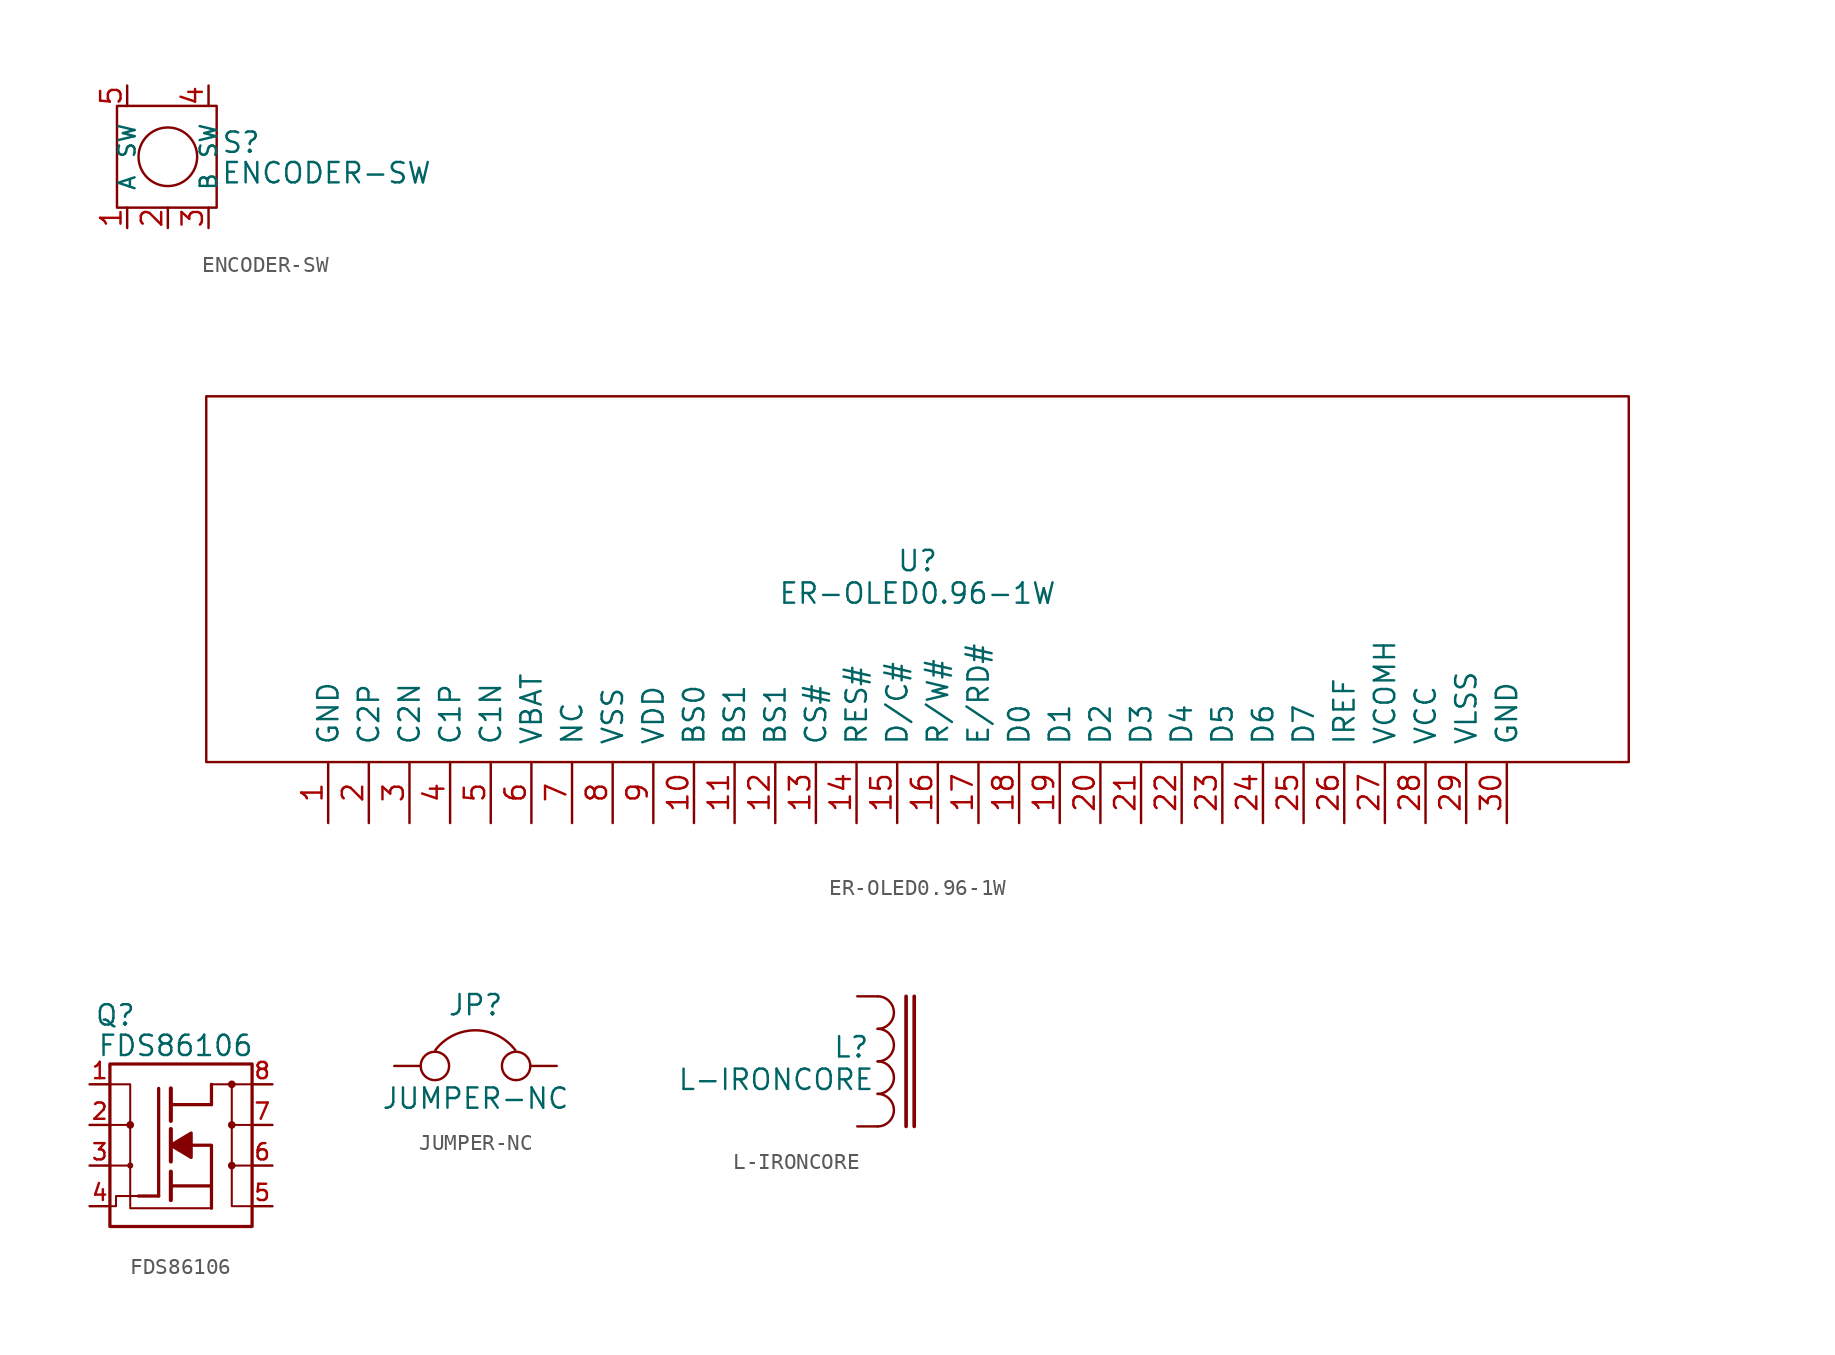
<source format=kicad_sym>
(kicad_symbol_lib
  (version 20220914)
  (generator kicad_symbol_editor)
  (symbol "ENCODER-SW"
    (pin_names
      (offset 1.016))
    (property "Reference" "S"
      (at 4.572 0.889 0)
      (effects (font (size 1.27 1.27))))
    (property "Value" "ENCODER-SW"
      (at 9.906 -1.016 0)
      (effects (font (size 1.27 1.27))))
    (property "Footprint" ""
      (at 0 0 0)
      (effects (font (size 1.524 1.524))))
    (property "Datasheet" ""
      (at 0 0 0)
      (effects (font (size 1.524 1.524))))
    (symbol "ENCODER-SW_0_1"
      (rectangle (start -3.175 3.175) (end 3.048 -3.175) (stroke (width 0) (type solid)) (fill (type none)))
      (circle (center 0 0) (radius 1.829) (stroke (width 0) (type solid)) (fill (type none))))
    (symbol "ENCODER-SW_1_1"
      (pin passive line (at -2.54 -4.445 90) (length 1.27) (name "A" (effects (font (size 1.016 1.016)))) (number "1" (effects (font (size 1.27 1.27)))))
      (pin passive line (at 0 -4.445 90) (length 1.27) (name "~" (effects (font (size 1.016 1.016)))) (number "2" (effects (font (size 1.27 1.27)))))
      (pin passive line (at 2.54 -4.445 90) (length 1.27) (name "B" (effects (font (size 1.016 1.016)))) (number "3" (effects (font (size 1.27 1.27)))))
      (pin passive line (at 2.54 4.445 270) (length 1.27) (name "SW" (effects (font (size 1.016 1.016)))) (number "4" (effects (font (size 1.27 1.27)))))
      (pin passive line (at -2.54 4.445 270) (length 1.27) (name "SW" (effects (font (size 1.016 1.016)))) (number "5" (effects (font (size 1.27 1.27)))))))
  (symbol "ER-OLED0.96-1W"
    (pin_names
      (offset 1.016))
    (property "Reference" "U"
      (at 0 1.143 0)
      (effects (font (size 1.27 1.27))))
    (property "Value" "ER-OLED0.96-1W"
      (at 0 -0.889 0)
      (effects (font (size 1.27 1.27))))
    (symbol "ER-OLED0.96-1W_1_0"
      (rectangle (start -44.45 -11.43) (end 44.45 11.43) (stroke (width 0) (type solid)) (fill (type none))))
    (symbol "ER-OLED0.96-1W_1_1"
      (pin passive line (at -36.83 -15.24 90) (length 3.81) (name "GND" (effects (font (size 1.27 1.27)))) (number "1" (effects (font (size 1.27 1.27)))))
      (pin passive line (at -13.97 -15.24 90) (length 3.81) (name "BS0" (effects (font (size 1.27 1.27)))) (number "10" (effects (font (size 1.27 1.27)))))
      (pin passive line (at -11.43 -15.24 90) (length 3.81) (name "BS1" (effects (font (size 1.27 1.27)))) (number "11" (effects (font (size 1.27 1.27)))))
      (pin passive line (at -8.89 -15.24 90) (length 3.81) (name "BS1" (effects (font (size 1.27 1.27)))) (number "12" (effects (font (size 1.27 1.27)))))
      (pin passive line (at -6.35 -15.24 90) (length 3.81) (name "CS#" (effects (font (size 1.27 1.27)))) (number "13" (effects (font (size 1.27 1.27)))))
      (pin passive line (at -3.81 -15.24 90) (length 3.81) (name "RES#" (effects (font (size 1.27 1.27)))) (number "14" (effects (font (size 1.27 1.27)))))
      (pin passive line (at -1.27 -15.24 90) (length 3.81) (name "D/C#" (effects (font (size 1.27 1.27)))) (number "15" (effects (font (size 1.27 1.27)))))
      (pin passive line (at 1.27 -15.24 90) (length 3.81) (name "R/W#" (effects (font (size 1.27 1.27)))) (number "16" (effects (font (size 1.27 1.27)))))
      (pin passive line (at 3.81 -15.24 90) (length 3.81) (name "E/RD#" (effects (font (size 1.27 1.27)))) (number "17" (effects (font (size 1.27 1.27)))))
      (pin passive line (at 6.35 -15.24 90) (length 3.81) (name "D0" (effects (font (size 1.27 1.27)))) (number "18" (effects (font (size 1.27 1.27)))))
      (pin passive line (at 8.89 -15.24 90) (length 3.81) (name "D1" (effects (font (size 1.27 1.27)))) (number "19" (effects (font (size 1.27 1.27)))))
      (pin passive line (at -34.29 -15.24 90) (length 3.81) (name "C2P" (effects (font (size 1.27 1.27)))) (number "2" (effects (font (size 1.27 1.27)))))
      (pin passive line (at 11.43 -15.24 90) (length 3.81) (name "D2" (effects (font (size 1.27 1.27)))) (number "20" (effects (font (size 1.27 1.27)))))
      (pin passive line (at 13.97 -15.24 90) (length 3.81) (name "D3" (effects (font (size 1.27 1.27)))) (number "21" (effects (font (size 1.27 1.27)))))
      (pin passive line (at 16.51 -15.24 90) (length 3.81) (name "D4" (effects (font (size 1.27 1.27)))) (number "22" (effects (font (size 1.27 1.27)))))
      (pin passive line (at 19.05 -15.24 90) (length 3.81) (name "D5" (effects (font (size 1.27 1.27)))) (number "23" (effects (font (size 1.27 1.27)))))
      (pin passive line (at 21.59 -15.24 90) (length 3.81) (name "D6" (effects (font (size 1.27 1.27)))) (number "24" (effects (font (size 1.27 1.27)))))
      (pin passive line (at 24.13 -15.24 90) (length 3.81) (name "D7" (effects (font (size 1.27 1.27)))) (number "25" (effects (font (size 1.27 1.27)))))
      (pin passive line (at 26.67 -15.24 90) (length 3.81) (name "IREF" (effects (font (size 1.27 1.27)))) (number "26" (effects (font (size 1.27 1.27)))))
      (pin passive line (at 29.21 -15.24 90) (length 3.81) (name "VCOMH" (effects (font (size 1.27 1.27)))) (number "27" (effects (font (size 1.27 1.27)))))
      (pin passive line (at 31.75 -15.24 90) (length 3.81) (name "VCC" (effects (font (size 1.27 1.27)))) (number "28" (effects (font (size 1.27 1.27)))))
      (pin passive line (at 34.29 -15.24 90) (length 3.81) (name "VLSS" (effects (font (size 1.27 1.27)))) (number "29" (effects (font (size 1.27 1.27)))))
      (pin passive line (at -31.75 -15.24 90) (length 3.81) (name "C2N" (effects (font (size 1.27 1.27)))) (number "3" (effects (font (size 1.27 1.27)))))
      (pin passive line (at 36.83 -15.24 90) (length 3.81) (name "GND" (effects (font (size 1.27 1.27)))) (number "30" (effects (font (size 1.27 1.27)))))
      (pin passive line (at -29.21 -15.24 90) (length 3.81) (name "C1P" (effects (font (size 1.27 1.27)))) (number "4" (effects (font (size 1.27 1.27)))))
      (pin passive line (at -26.67 -15.24 90) (length 3.81) (name "C1N" (effects (font (size 1.27 1.27)))) (number "5" (effects (font (size 1.27 1.27)))))
      (pin passive line (at -24.13 -15.24 90) (length 3.81) (name "VBAT" (effects (font (size 1.27 1.27)))) (number "6" (effects (font (size 1.27 1.27)))))
      (pin passive line (at -21.59 -15.24 90) (length 3.81) (name "NC" (effects (font (size 1.27 1.27)))) (number "7" (effects (font (size 1.27 1.27)))))
      (pin passive line (at -19.05 -15.24 90) (length 3.81) (name "VSS" (effects (font (size 1.27 1.27)))) (number "8" (effects (font (size 1.27 1.27)))))
      (pin passive line (at -16.51 -15.24 90) (length 3.81) (name "VDD" (effects (font (size 1.27 1.27)))) (number "9" (effects (font (size 1.27 1.27)))))))
  (symbol "FDS86106"
    (pin_names
      (offset 0) hide)
    (property "Reference" "Q"
      (at -2.159 8.128 0)
      (effects (font (size 1.27 1.27)) (justify right)))
    (property "Value" "FDS86106"
      (at 5.207 6.223 0)
      (effects (font (size 1.27 1.27)) (justify right)))
    (property "Footprint" ""
      (at 0 0 0)
      (effects (font (size 1.524 1.524))))
    (property "Datasheet" ""
      (at 0 0 0)
      (effects (font (size 1.524 1.524))))
    (symbol "FDS86106_0_1"
      (rectangle (start -3.81 5.08) (end 5.08 -5.08) (stroke (width 0.203) (type solid)) (fill (type none)))
      (circle (center -2.54 -1.27) (radius 0.127) (stroke (width 0.127) (type solid)) (fill (type none)))
      (circle (center -2.54 1.27) (radius 0.178) (stroke (width 0.127) (type solid)) (fill (type outline)))
      (polyline (pts (xy -3.81 1.27) (xy -2.54 1.27)) (stroke (width 0.127) (type solid)) (fill (type none)))
      (polyline (pts (xy -0.762 -3.175) (xy -2.032 -3.175)) (stroke (width 0.203) (type solid)) (fill (type none)))
      (polyline (pts (xy -0.762 -3.175) (xy -0.762 3.556)) (stroke (width 0.203) (type solid)) (fill (type none)))
      (polyline (pts (xy 0 -3.429) (xy 0 -1.651)) (stroke (width 0.254) (type solid)) (fill (type none)))
      (polyline (pts (xy 0 -1.016) (xy 0 1.016)) (stroke (width 0.254) (type solid)) (fill (type none)))
      (polyline (pts (xy 0 1.524) (xy 0 3.556)) (stroke (width 0.254) (type solid)) (fill (type none)))
      (polyline (pts (xy 2.54 -2.54) (xy 0 -2.54)) (stroke (width 0.203) (type solid)) (fill (type none)))
      (polyline (pts (xy 2.54 -2.54) (xy 2.54 -3.937)) (stroke (width 0.203) (type solid)) (fill (type none)))
      (polyline (pts (xy 2.54 2.54) (xy 0 2.54)) (stroke (width 0.203) (type solid)) (fill (type none)))
      (polyline (pts (xy 2.54 2.54) (xy 2.54 3.81)) (stroke (width 0.203) (type solid)) (fill (type none)))
      (polyline (pts (xy 2.54 3.81) (xy 3.81 3.81)) (stroke (width 0.127) (type solid)) (fill (type none)))
      (polyline (pts (xy 5.08 -1.27) (xy 3.81 -1.27)) (stroke (width 0.127) (type solid)) (fill (type none)))
      (polyline (pts (xy 5.08 1.27) (xy 3.81 1.27)) (stroke (width 0.127) (type solid)) (fill (type none)))
      (polyline (pts (xy 2.54 -3.937) (xy -2.54 -3.937) (xy -2.54 -1.27)) (stroke (width 0.127) (type solid)) (fill (type none)))
      (polyline (pts (xy 2.54 -2.54) (xy 2.54 0) (xy 1.27 0)) (stroke (width 0.203) (type solid)) (fill (type none)))
      (polyline (pts (xy -3.81 -1.27) (xy -2.54 -1.27) (xy -2.54 3.81) (xy -3.81 3.81)) (stroke (width 0.127) (type solid)) (fill (type none)))
      (polyline (pts (xy -2.032 -3.175) (xy -3.429 -3.175) (xy -3.429 -3.81) (xy -3.81 -3.81)) (stroke (width 0.127) (type solid)) (fill (type none)))
      (polyline (pts (xy 5.08 3.81) (xy 3.81 3.81) (xy 3.81 -3.81) (xy 5.08 -3.81)) (stroke (width 0.127) (type solid)) (fill (type none)))
      (polyline (pts (xy 1.27 0.762) (xy 1.27 -0.762) (xy 0 0) (xy 1.27 0.762) (xy 1.27 0.762)) (stroke (width 0.203) (type solid)) (fill (type outline)))
      (circle (center 3.81 -1.27) (radius 0.178) (stroke (width 0.127) (type solid)) (fill (type outline)))
      (circle (center 3.81 1.27) (radius 0.178) (stroke (width 0.127) (type solid)) (fill (type outline)))
      (circle (center 3.81 3.81) (radius 0.178) (stroke (width 0.127) (type solid)) (fill (type outline))))
    (symbol "FDS86106_1_0"
      (pin passive line (at -5.08 3.81 0) (length 1.27) (name "S" (effects (font (size 1.016 1.016)))) (number "1" (effects (font (size 1.016 1.016)))))
      (pin passive line (at -5.08 1.27 0) (length 1.27) (name "S" (effects (font (size 1.016 1.016)))) (number "2" (effects (font (size 1.016 1.016)))))
      (pin passive line (at -5.08 -1.27 0) (length 1.27) (name "S" (effects (font (size 1.016 1.016)))) (number "3" (effects (font (size 1.016 1.016)))))
      (pin passive line (at -5.08 -3.81 0) (length 1.27) (name "G" (effects (font (size 1.016 1.016)))) (number "4" (effects (font (size 1.016 1.016)))))
      (pin passive line (at 6.35 -3.81 180) (length 1.27) (name "D" (effects (font (size 1.016 1.016)))) (number "5" (effects (font (size 1.016 1.016)))))
      (pin passive line (at 6.35 -1.27 180) (length 1.27) (name "D" (effects (font (size 1.016 1.016)))) (number "6" (effects (font (size 1.016 1.016)))))
      (pin passive line (at 6.35 1.27 180) (length 1.27) (name "D" (effects (font (size 1.016 1.016)))) (number "7" (effects (font (size 1.016 1.016)))))
      (pin passive line (at 6.35 3.81 180) (length 1.27) (name "D" (effects (font (size 1.016 1.016)))) (number "8" (effects (font (size 1.016 1.016)))))))
  (symbol "JUMPER-NC"
    (pin_numbers hide)
    (pin_names
      (offset 0.762) hide)
    (property "Reference" "JP"
      (at 0 3.81 0)
      (effects (font (size 1.27 1.27))))
    (property "Value" "JUMPER-NC"
      (at 0 -2.032 0)
      (effects (font (size 1.27 1.27))))
    (property "Footprint" ""
      (at 0 0 0)
      (effects (font (size 1.524 1.524))))
    (property "Datasheet" ""
      (at 0 0 0)
      (effects (font (size 1.524 1.524))))
    (symbol "JUMPER-NC_0_1"
      (circle (center -2.54 0) (radius 0.889) (stroke (width 0) (type solid)) (fill (type none)))
      (arc (start 2.4892 0.9906) (mid -0.0176 2.2303) (end -2.5146 0.9906) (stroke (width 0) (type solid)) (fill (type none)))
      (circle (center 2.54 0) (radius 0.889) (stroke (width 0) (type solid)) (fill (type none)))
      (pin passive line (at -5.08 0 0) (length 1.651) (name "1" (effects (font (size 1.27 1.27)))) (number "1" (effects (font (size 1.27 1.27)))))
      (pin passive line (at 5.08 0 180) (length 1.651) (name "2" (effects (font (size 1.27 1.27)))) (number "2" (effects (font (size 1.27 1.27)))))))
  (symbol "L-IRONCORE"
    (pin_numbers hide)
    (pin_names
      (offset 1.016) hide)
    (property "Reference" "L"
      (at -1.651 0.889 0)
      (effects (font (size 1.27 1.27))))
    (property "Value" "L-IRONCORE"
      (at -6.35 -1.143 0)
      (effects (font (size 1.27 1.27))))
    (property "Footprint" ""
      (at 0 0 0)
      (effects (font (size 1.524 1.524))))
    (property "Datasheet" ""
      (at 0 0 0)
      (effects (font (size 1.524 1.524))))
    (symbol "L-IRONCORE_0_1"
      (arc (start 0 -4.064) (mid 1.0116 -3.048) (end 0 -2.032) (stroke (width 0.1524) (type solid)) (fill (type none)))
      (arc (start 0 -2.032) (mid 1.0116 -1.016) (end 0 0) (stroke (width 0.1524) (type solid)) (fill (type none)))
      (polyline (pts (xy 1.778 4.064) (xy 1.778 -4.064)) (stroke (width 0.229) (type solid)) (fill (type none)))
      (polyline (pts (xy 2.286 4.064) (xy 2.286 -4.064)) (stroke (width 0.229) (type solid)) (fill (type none)))
      (arc (start 0 0) (mid 1.0116 1.016) (end 0 2.032) (stroke (width 0.1524) (type solid)) (fill (type none)))
      (arc (start 0 2.032) (mid 1.0116 3.048) (end 0 4.064) (stroke (width 0.1524) (type solid)) (fill (type none))))
    (symbol "L-IRONCORE_1_1"
      (pin passive line (at -1.27 4.064 0) (length 1.27) (name "1" (effects (font (size 1.778 1.778)))) (number "1" (effects (font (size 1.778 1.778)))))
      (pin passive line (at -1.27 -4.064 0) (length 1.27) (name "2" (effects (font (size 1.778 1.778)))) (number "2" (effects (font (size 1.778 1.778))))))))
</source>
